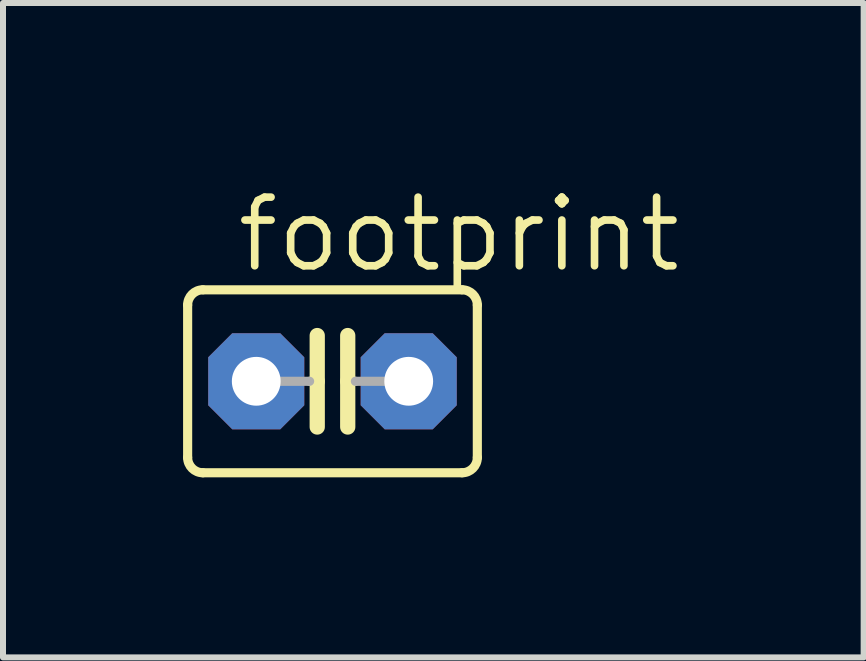
<source format=kicad_pcb>
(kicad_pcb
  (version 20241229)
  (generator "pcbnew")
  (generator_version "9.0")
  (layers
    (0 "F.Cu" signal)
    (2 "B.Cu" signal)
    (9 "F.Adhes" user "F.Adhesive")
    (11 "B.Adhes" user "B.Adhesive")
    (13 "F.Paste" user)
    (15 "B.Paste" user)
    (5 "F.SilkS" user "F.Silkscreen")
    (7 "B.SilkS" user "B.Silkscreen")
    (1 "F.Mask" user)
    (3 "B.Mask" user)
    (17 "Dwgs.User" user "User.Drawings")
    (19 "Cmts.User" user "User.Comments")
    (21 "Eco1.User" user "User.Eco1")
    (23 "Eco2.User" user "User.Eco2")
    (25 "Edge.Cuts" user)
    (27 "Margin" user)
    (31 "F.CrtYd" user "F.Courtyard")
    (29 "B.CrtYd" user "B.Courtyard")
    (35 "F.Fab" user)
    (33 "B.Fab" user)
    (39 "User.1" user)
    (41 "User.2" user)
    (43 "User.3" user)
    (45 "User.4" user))
  (footprint "footprint"
    (layer "F.Cu")
    (at 2.489 3.302)
    (property "Reference" "footprint" (at -1.651 -1.778 0) (layer "F.SilkS") (effects (font (size 1.143 1.143) (thickness 0.127)) (justify left bottom)))
    (fp_line (start -2.413 -1.27) (end -2.413 1.27) (stroke (width 0.152) (type solid)) (layer "F.SilkS"))
    (fp_line (start -2.159 -1.524) (end 2.159 -1.524) (stroke (width 0.152) (type solid)) (layer "F.SilkS"))
    (fp_line (start -0.254 -0.762) (end -0.254 0) (stroke (width 0.254) (type solid)) (layer "F.SilkS"))
    (fp_line (start -0.254 0) (end -0.381 0) (stroke (width 0.152) (type solid)) (layer "F.SilkS"))
    (fp_line (start -0.254 0) (end -0.254 0.762) (stroke (width 0.254) (type solid)) (layer "F.SilkS"))
    (fp_line (start 0.254 0) (end 0.254 -0.762) (stroke (width 0.254) (type solid)) (layer "F.SilkS"))
    (fp_line (start 0.254 0) (end 0.254 0.762) (stroke (width 0.254) (type solid)) (layer "F.SilkS"))
    (fp_line (start 0.381 0) (end 0.254 0) (stroke (width 0.152) (type solid)) (layer "F.SilkS"))
    (fp_line (start 2.159 1.524) (end -2.159 1.524) (stroke (width 0.152) (type solid)) (layer "F.SilkS"))
    (fp_line (start 2.413 -1.27) (end 2.413 1.27) (stroke (width 0.152) (type solid)) (layer "F.SilkS"))
    (fp_arc (start -2.413 -1.27) (mid -2.338605 -1.449605) (end -2.159 -1.524) (stroke (width 0.1524) (type solid)) (layer "F.SilkS"))
    (fp_arc (start -2.159 1.524) (mid -2.338605 1.449605) (end -2.413 1.27) (stroke (width 0.1524) (type solid)) (layer "F.SilkS"))
    (fp_arc (start 2.159 -1.524) (mid 2.338605 -1.449605) (end 2.413 -1.27) (stroke (width 0.1524) (type solid)) (layer "F.SilkS"))
    (fp_arc (start 2.413 1.27) (mid 2.338605 1.449605) (end 2.159 1.524) (stroke (width 0.1524) (type solid)) (layer "F.SilkS"))
    (fp_line (start -0.381 0) (end -1.27 0) (stroke (width 0.152) (type solid)) (layer "F.Fab"))
    (fp_line (start 1.27 0) (end 0.381 0) (stroke (width 0.152) (type solid)) (layer "F.Fab"))
    (pad "1" thru_hole roundrect (at -1.27 0) (size 1.6 1.6) (drill 0.813) (layers "*.Cu" "*.Mask") (roundrect_rratio 0.25) (chamfer_ratio 0.25) (chamfer top_left top_right bottom_left bottom_right))
    (pad "2" thru_hole roundrect (at 1.27 0) (size 1.6 1.6) (drill 0.813) (layers "*.Cu" "*.Mask") (roundrect_rratio 0.25) (chamfer_ratio 0.25) (chamfer top_left top_right bottom_left bottom_right)))
  (gr_rect
    (start -3 -3)
    (end 11.338 7.902)
    (stroke (width 0.1) (type default))
    (fill no)
    (layer "Edge.Cuts")))
</source>
